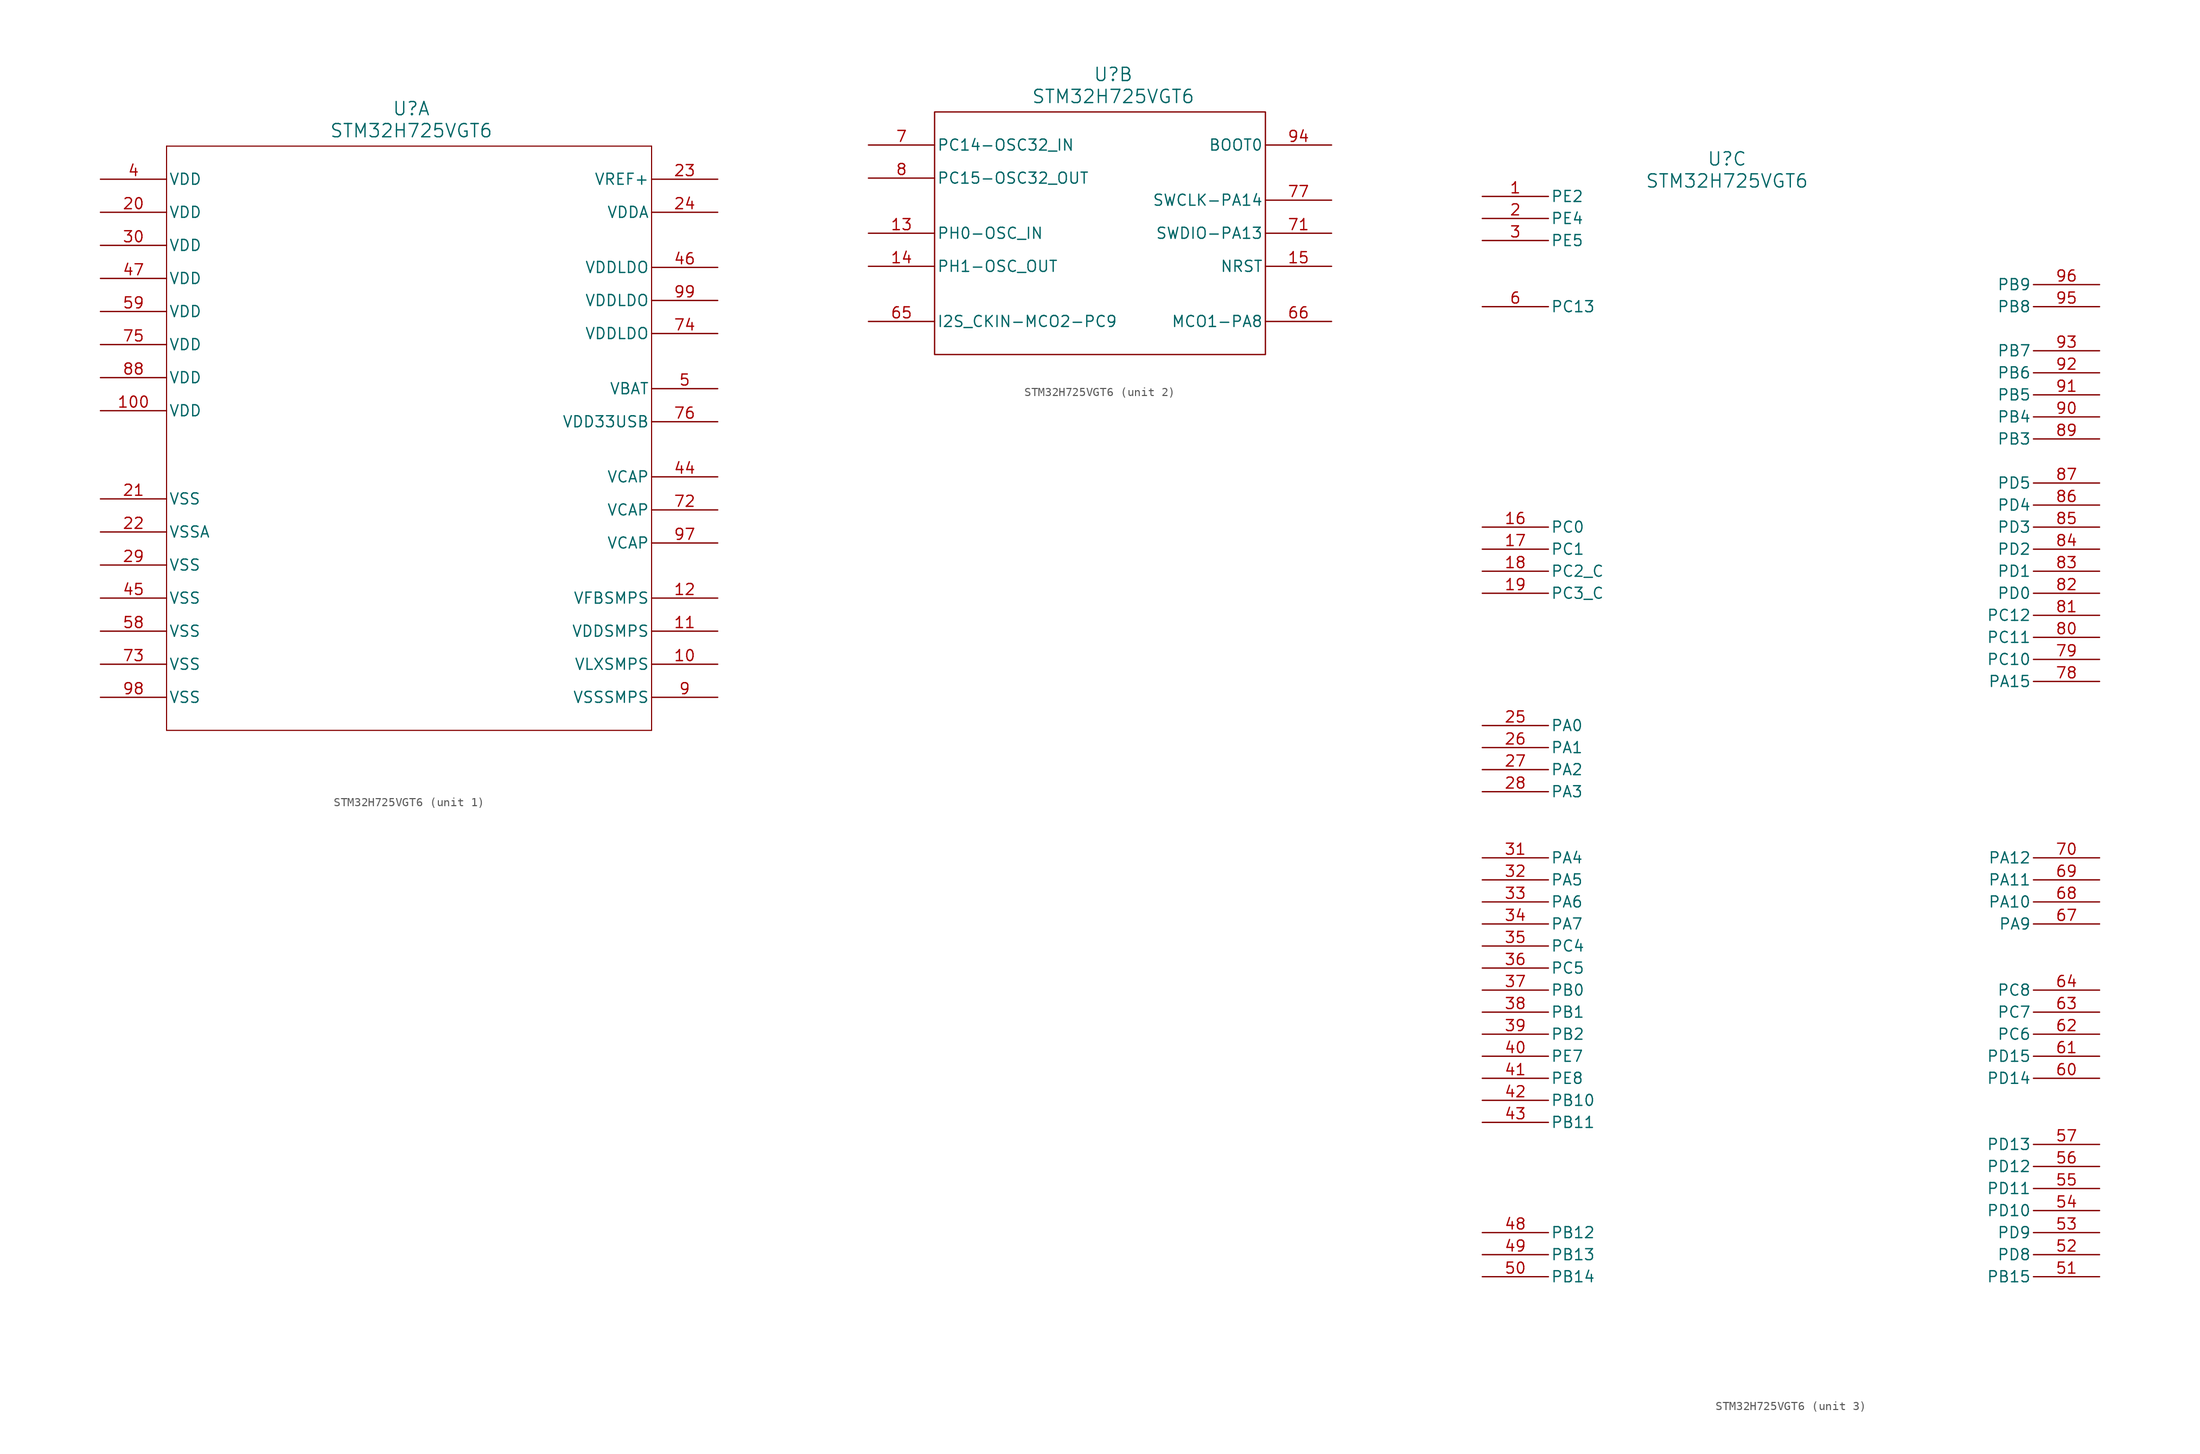
<source format=kicad_sym>
(kicad_symbol_lib
  (version 20241209)
  (generator "kicad_symbol_editor")
  (generator_version "9.0")
  (symbol "STM32H725VGT6"
    (pin_names
      (offset 0.254))
    (property "Reference" "U"
      (at 28.194 4.318 0)
      (effects (font (size 1.524 1.524))))
    (property "Value" "STM32H725VGT6"
      (at 28.194 1.778 0)
      (effects (font (size 1.524 1.524))))
    (property "ki_locked" ""
      (at 0 0 0)
      (effects (font (size 1.27 1.27))))
    (symbol "STM32H725VGT6_1_1"
      (polyline (pts (xy 0 0) (xy 0 -67.31)) (stroke (width 0.127) (type solid)) (fill (type none)))
      (polyline (pts (xy 0 -67.31) (xy 55.88 -67.31)) (stroke (width 0.127) (type solid)) (fill (type none)))
      (polyline (pts (xy 55.88 0) (xy 0 0)) (stroke (width 0.127) (type solid)) (fill (type none)))
      (polyline (pts (xy 55.88 -67.31) (xy 55.88 0)) (stroke (width 0.127) (type solid)) (fill (type none)))
      (pin power_in line (at -7.62 -3.81 0) (length 7.62) (name "VDD" (effects (font (size 1.27 1.27)))) (number "4" (effects (font (size 1.27 1.27)))))
      (pin power_in line (at -7.62 -7.62 0) (length 7.62) (name "VDD" (effects (font (size 1.27 1.27)))) (number "20" (effects (font (size 1.27 1.27)))))
      (pin power_in line (at -7.62 -11.43 0) (length 7.62) (name "VDD" (effects (font (size 1.27 1.27)))) (number "30" (effects (font (size 1.27 1.27)))))
      (pin power_in line (at -7.62 -15.24 0) (length 7.62) (name "VDD" (effects (font (size 1.27 1.27)))) (number "47" (effects (font (size 1.27 1.27)))))
      (pin power_in line (at -7.62 -19.05 0) (length 7.62) (name "VDD" (effects (font (size 1.27 1.27)))) (number "59" (effects (font (size 1.27 1.27)))))
      (pin power_in line (at -7.62 -22.86 0) (length 7.62) (name "VDD" (effects (font (size 1.27 1.27)))) (number "75" (effects (font (size 1.27 1.27)))))
      (pin power_in line (at -7.62 -26.67 0) (length 7.62) (name "VDD" (effects (font (size 1.27 1.27)))) (number "88" (effects (font (size 1.27 1.27)))))
      (pin power_in line (at -7.62 -30.48 0) (length 7.62) (name "VDD" (effects (font (size 1.27 1.27)))) (number "100" (effects (font (size 1.27 1.27)))))
      (pin power_out line (at -7.62 -40.64 0) (length 7.62) (name "VSS" (effects (font (size 1.27 1.27)))) (number "21" (effects (font (size 1.27 1.27)))))
      (pin power_out line (at -7.62 -44.45 0) (length 7.62) (name "VSSA" (effects (font (size 1.27 1.27)))) (number "22" (effects (font (size 1.27 1.27)))))
      (pin power_out line (at -7.62 -48.26 0) (length 7.62) (name "VSS" (effects (font (size 1.27 1.27)))) (number "29" (effects (font (size 1.27 1.27)))))
      (pin power_out line (at -7.62 -52.07 0) (length 7.62) (name "VSS" (effects (font (size 1.27 1.27)))) (number "45" (effects (font (size 1.27 1.27)))))
      (pin power_out line (at -7.62 -55.88 0) (length 7.62) (name "VSS" (effects (font (size 1.27 1.27)))) (number "58" (effects (font (size 1.27 1.27)))))
      (pin power_out line (at -7.62 -59.69 0) (length 7.62) (name "VSS" (effects (font (size 1.27 1.27)))) (number "73" (effects (font (size 1.27 1.27)))))
      (pin power_out line (at -7.62 -63.5 0) (length 7.62) (name "VSS" (effects (font (size 1.27 1.27)))) (number "98" (effects (font (size 1.27 1.27)))))
      (pin power_in line (at 63.5 -3.81 180) (length 7.62) (name "VREF+" (effects (font (size 1.27 1.27)))) (number "23" (effects (font (size 1.27 1.27)))))
      (pin power_in line (at 63.5 -7.62 180) (length 7.62) (name "VDDA" (effects (font (size 1.27 1.27)))) (number "24" (effects (font (size 1.27 1.27)))))
      (pin power_in line (at 63.5 -13.97 180) (length 7.62) (name "VDDLDO" (effects (font (size 1.27 1.27)))) (number "46" (effects (font (size 1.27 1.27)))))
      (pin power_in line (at 63.5 -17.78 180) (length 7.62) (name "VDDLDO" (effects (font (size 1.27 1.27)))) (number "99" (effects (font (size 1.27 1.27)))))
      (pin power_in line (at 63.5 -21.59 180) (length 7.62) (name "VDDLDO" (effects (font (size 1.27 1.27)))) (number "74" (effects (font (size 1.27 1.27)))))
      (pin power_in line (at 63.5 -27.94 180) (length 7.62) (name "VBAT" (effects (font (size 1.27 1.27)))) (number "5" (effects (font (size 1.27 1.27)))))
      (pin power_in line (at 63.5 -31.75 180) (length 7.62) (name "VDD33USB" (effects (font (size 1.27 1.27)))) (number "76" (effects (font (size 1.27 1.27)))))
      (pin power_in line (at 63.5 -38.1 180) (length 7.62) (name "VCAP" (effects (font (size 1.27 1.27)))) (number "44" (effects (font (size 1.27 1.27)))))
      (pin power_in line (at 63.5 -41.91 180) (length 7.62) (name "VCAP" (effects (font (size 1.27 1.27)))) (number "72" (effects (font (size 1.27 1.27)))))
      (pin power_in line (at 63.5 -45.72 180) (length 7.62) (name "VCAP" (effects (font (size 1.27 1.27)))) (number "97" (effects (font (size 1.27 1.27)))))
      (pin power_in line (at 63.5 -52.07 180) (length 7.62) (name "VFBSMPS" (effects (font (size 1.27 1.27)))) (number "12" (effects (font (size 1.27 1.27)))))
      (pin power_in line (at 63.5 -55.88 180) (length 7.62) (name "VDDSMPS" (effects (font (size 1.27 1.27)))) (number "11" (effects (font (size 1.27 1.27)))))
      (pin power_in line (at 63.5 -59.69 180) (length 7.62) (name "VLXSMPS" (effects (font (size 1.27 1.27)))) (number "10" (effects (font (size 1.27 1.27)))))
      (pin power_out line (at 63.5 -63.5 180) (length 7.62) (name "VSSSMPS" (effects (font (size 1.27 1.27)))) (number "9" (effects (font (size 1.27 1.27))))))
    (symbol "STM32H725VGT6_2_1"
      (rectangle (start 7.62 0) (end 45.72 -27.94) (stroke (width 0) (type default)) (fill (type none)))
      (pin bidirectional line (at 0 -3.81 0) (length 7.62) (name "PC14-OSC32_IN" (effects (font (size 1.27 1.27)))) (number "7" (effects (font (size 1.27 1.27)))))
      (pin bidirectional line (at 0 -7.62 0) (length 7.62) (name "PC15-OSC32_OUT" (effects (font (size 1.27 1.27)))) (number "8" (effects (font (size 1.27 1.27)))))
      (pin bidirectional line (at 0 -13.97 0) (length 7.62) (name "PH0-OSC_IN" (effects (font (size 1.27 1.27)))) (number "13" (effects (font (size 1.27 1.27)))))
      (pin bidirectional line (at 0 -17.78 0) (length 7.62) (name "PH1-OSC_OUT" (effects (font (size 1.27 1.27)))) (number "14" (effects (font (size 1.27 1.27)))))
      (pin bidirectional line (at 0 -24.13 0) (length 7.62) (name "I2S_CKIN-MCO2-PC9" (effects (font (size 1.27 1.27)))) (number "65" (effects (font (size 1.27 1.27)))))
      (pin input line (at 53.34 -3.81 180) (length 7.62) (name "BOOT0" (effects (font (size 1.27 1.27)))) (number "94" (effects (font (size 1.27 1.27)))))
      (pin output line (at 53.34 -10.16 180) (length 7.62) (name "SWCLK-PA14" (effects (font (size 1.27 1.27)))) (number "77" (effects (font (size 1.27 1.27)))))
      (pin bidirectional line (at 53.34 -13.97 180) (length 7.62) (name "SWDIO-PA13" (effects (font (size 1.27 1.27)))) (number "71" (effects (font (size 1.27 1.27)))))
      (pin bidirectional line (at 53.34 -17.78 180) (length 7.62) (name "NRST" (effects (font (size 1.27 1.27)))) (number "15" (effects (font (size 1.27 1.27)))))
      (pin bidirectional line (at 53.34 -24.13 180) (length 7.62) (name "MCO1-PA8" (effects (font (size 1.27 1.27)))) (number "66" (effects (font (size 1.27 1.27))))))
    (symbol "STM32H725VGT6_3_1"
      (pin bidirectional line (at 0 0 0) (length 7.62) (name "PE2" (effects (font (size 1.27 1.27)))) (number "1" (effects (font (size 1.27 1.27)))))
      (pin bidirectional line (at 0 -2.54 0) (length 7.62) (name "PE4" (effects (font (size 1.27 1.27)))) (number "2" (effects (font (size 1.27 1.27)))))
      (pin bidirectional line (at 0 -5.08 0) (length 7.62) (name "PE5" (effects (font (size 1.27 1.27)))) (number "3" (effects (font (size 1.27 1.27)))))
      (pin bidirectional line (at 0 -12.7 0) (length 7.62) (name "PC13" (effects (font (size 1.27 1.27)))) (number "6" (effects (font (size 1.27 1.27)))))
      (pin bidirectional line (at 0 -38.1 0) (length 7.62) (name "PC0" (effects (font (size 1.27 1.27)))) (number "16" (effects (font (size 1.27 1.27)))))
      (pin bidirectional line (at 0 -40.64 0) (length 7.62) (name "PC1" (effects (font (size 1.27 1.27)))) (number "17" (effects (font (size 1.27 1.27)))))
      (pin bidirectional line (at 0 -43.18 0) (length 7.62) (name "PC2_C" (effects (font (size 1.27 1.27)))) (number "18" (effects (font (size 1.27 1.27)))))
      (pin bidirectional line (at 0 -45.72 0) (length 7.62) (name "PC3_C" (effects (font (size 1.27 1.27)))) (number "19" (effects (font (size 1.27 1.27)))))
      (pin bidirectional line (at 0 -60.96 0) (length 7.62) (name "PA0" (effects (font (size 1.27 1.27)))) (number "25" (effects (font (size 1.27 1.27)))))
      (pin bidirectional line (at 0 -63.5 0) (length 7.62) (name "PA1" (effects (font (size 1.27 1.27)))) (number "26" (effects (font (size 1.27 1.27)))))
      (pin bidirectional line (at 0 -66.04 0) (length 7.62) (name "PA2" (effects (font (size 1.27 1.27)))) (number "27" (effects (font (size 1.27 1.27)))))
      (pin bidirectional line (at 0 -68.58 0) (length 7.62) (name "PA3" (effects (font (size 1.27 1.27)))) (number "28" (effects (font (size 1.27 1.27)))))
      (pin bidirectional line (at 0 -76.2 0) (length 7.62) (name "PA4" (effects (font (size 1.27 1.27)))) (number "31" (effects (font (size 1.27 1.27)))))
      (pin bidirectional line (at 0 -78.74 0) (length 7.62) (name "PA5" (effects (font (size 1.27 1.27)))) (number "32" (effects (font (size 1.27 1.27)))))
      (pin bidirectional line (at 0 -81.28 0) (length 7.62) (name "PA6" (effects (font (size 1.27 1.27)))) (number "33" (effects (font (size 1.27 1.27)))))
      (pin bidirectional line (at 0 -83.82 0) (length 7.62) (name "PA7" (effects (font (size 1.27 1.27)))) (number "34" (effects (font (size 1.27 1.27)))))
      (pin bidirectional line (at 0 -86.36 0) (length 7.62) (name "PC4" (effects (font (size 1.27 1.27)))) (number "35" (effects (font (size 1.27 1.27)))))
      (pin bidirectional line (at 0 -88.9 0) (length 7.62) (name "PC5" (effects (font (size 1.27 1.27)))) (number "36" (effects (font (size 1.27 1.27)))))
      (pin bidirectional line (at 0 -91.44 0) (length 7.62) (name "PB0" (effects (font (size 1.27 1.27)))) (number "37" (effects (font (size 1.27 1.27)))))
      (pin bidirectional line (at 0 -93.98 0) (length 7.62) (name "PB1" (effects (font (size 1.27 1.27)))) (number "38" (effects (font (size 1.27 1.27)))))
      (pin bidirectional line (at 0 -96.52 0) (length 7.62) (name "PB2" (effects (font (size 1.27 1.27)))) (number "39" (effects (font (size 1.27 1.27)))))
      (pin bidirectional line (at 0 -99.06 0) (length 7.62) (name "PE7" (effects (font (size 1.27 1.27)))) (number "40" (effects (font (size 1.27 1.27)))))
      (pin bidirectional line (at 0 -101.6 0) (length 7.62) (name "PE8" (effects (font (size 1.27 1.27)))) (number "41" (effects (font (size 1.27 1.27)))))
      (pin bidirectional line (at 0 -104.14 0) (length 7.62) (name "PB10" (effects (font (size 1.27 1.27)))) (number "42" (effects (font (size 1.27 1.27)))))
      (pin bidirectional line (at 0 -106.68 0) (length 7.62) (name "PB11" (effects (font (size 1.27 1.27)))) (number "43" (effects (font (size 1.27 1.27)))))
      (pin bidirectional line (at 0 -119.38 0) (length 7.62) (name "PB12" (effects (font (size 1.27 1.27)))) (number "48" (effects (font (size 1.27 1.27)))))
      (pin bidirectional line (at 0 -121.92 0) (length 7.62) (name "PB13" (effects (font (size 1.27 1.27)))) (number "49" (effects (font (size 1.27 1.27)))))
      (pin bidirectional line (at 0 -124.46 0) (length 7.62) (name "PB14" (effects (font (size 1.27 1.27)))) (number "50" (effects (font (size 1.27 1.27)))))
      (pin bidirectional line (at 71.12 -10.16 180) (length 7.62) (name "PB9" (effects (font (size 1.27 1.27)))) (number "96" (effects (font (size 1.27 1.27)))))
      (pin bidirectional line (at 71.12 -12.7 180) (length 7.62) (name "PB8" (effects (font (size 1.27 1.27)))) (number "95" (effects (font (size 1.27 1.27)))))
      (pin bidirectional line (at 71.12 -17.78 180) (length 7.62) (name "PB7" (effects (font (size 1.27 1.27)))) (number "93" (effects (font (size 1.27 1.27)))))
      (pin bidirectional line (at 71.12 -20.32 180) (length 7.62) (name "PB6" (effects (font (size 1.27 1.27)))) (number "92" (effects (font (size 1.27 1.27)))))
      (pin bidirectional line (at 71.12 -22.86 180) (length 7.62) (name "PB5" (effects (font (size 1.27 1.27)))) (number "91" (effects (font (size 1.27 1.27)))))
      (pin bidirectional line (at 71.12 -25.4 180) (length 7.62) (name "PB4" (effects (font (size 1.27 1.27)))) (number "90" (effects (font (size 1.27 1.27)))))
      (pin bidirectional line (at 71.12 -27.94 180) (length 7.62) (name "PB3" (effects (font (size 1.27 1.27)))) (number "89" (effects (font (size 1.27 1.27)))))
      (pin bidirectional line (at 71.12 -33.02 180) (length 7.62) (name "PD5" (effects (font (size 1.27 1.27)))) (number "87" (effects (font (size 1.27 1.27)))))
      (pin bidirectional line (at 71.12 -35.56 180) (length 7.62) (name "PD4" (effects (font (size 1.27 1.27)))) (number "86" (effects (font (size 1.27 1.27)))))
      (pin bidirectional line (at 71.12 -38.1 180) (length 7.62) (name "PD3" (effects (font (size 1.27 1.27)))) (number "85" (effects (font (size 1.27 1.27)))))
      (pin bidirectional line (at 71.12 -40.64 180) (length 7.62) (name "PD2" (effects (font (size 1.27 1.27)))) (number "84" (effects (font (size 1.27 1.27)))))
      (pin bidirectional line (at 71.12 -43.18 180) (length 7.62) (name "PD1" (effects (font (size 1.27 1.27)))) (number "83" (effects (font (size 1.27 1.27)))))
      (pin bidirectional line (at 71.12 -45.72 180) (length 7.62) (name "PD0" (effects (font (size 1.27 1.27)))) (number "82" (effects (font (size 1.27 1.27)))))
      (pin bidirectional line (at 71.12 -48.26 180) (length 7.62) (name "PC12" (effects (font (size 1.27 1.27)))) (number "81" (effects (font (size 1.27 1.27)))))
      (pin bidirectional line (at 71.12 -50.8 180) (length 7.62) (name "PC11" (effects (font (size 1.27 1.27)))) (number "80" (effects (font (size 1.27 1.27)))))
      (pin bidirectional line (at 71.12 -53.34 180) (length 7.62) (name "PC10" (effects (font (size 1.27 1.27)))) (number "79" (effects (font (size 1.27 1.27)))))
      (pin bidirectional line (at 71.12 -55.88 180) (length 7.62) (name "PA15" (effects (font (size 1.27 1.27)))) (number "78" (effects (font (size 1.27 1.27)))))
      (pin bidirectional line (at 71.12 -76.2 180) (length 7.62) (name "PA12" (effects (font (size 1.27 1.27)))) (number "70" (effects (font (size 1.27 1.27)))))
      (pin bidirectional line (at 71.12 -78.74 180) (length 7.62) (name "PA11" (effects (font (size 1.27 1.27)))) (number "69" (effects (font (size 1.27 1.27)))))
      (pin bidirectional line (at 71.12 -81.28 180) (length 7.62) (name "PA10" (effects (font (size 1.27 1.27)))) (number "68" (effects (font (size 1.27 1.27)))))
      (pin bidirectional line (at 71.12 -83.82 180) (length 7.62) (name "PA9" (effects (font (size 1.27 1.27)))) (number "67" (effects (font (size 1.27 1.27)))))
      (pin bidirectional line (at 71.12 -91.44 180) (length 7.62) (name "PC8" (effects (font (size 1.27 1.27)))) (number "64" (effects (font (size 1.27 1.27)))))
      (pin bidirectional line (at 71.12 -93.98 180) (length 7.62) (name "PC7" (effects (font (size 1.27 1.27)))) (number "63" (effects (font (size 1.27 1.27)))))
      (pin bidirectional line (at 71.12 -96.52 180) (length 7.62) (name "PC6" (effects (font (size 1.27 1.27)))) (number "62" (effects (font (size 1.27 1.27)))))
      (pin bidirectional line (at 71.12 -99.06 180) (length 7.62) (name "PD15" (effects (font (size 1.27 1.27)))) (number "61" (effects (font (size 1.27 1.27)))))
      (pin bidirectional line (at 71.12 -101.6 180) (length 7.62) (name "PD14" (effects (font (size 1.27 1.27)))) (number "60" (effects (font (size 1.27 1.27)))))
      (pin bidirectional line (at 71.12 -109.22 180) (length 7.62) (name "PD13" (effects (font (size 1.27 1.27)))) (number "57" (effects (font (size 1.27 1.27)))))
      (pin bidirectional line (at 71.12 -111.76 180) (length 7.62) (name "PD12" (effects (font (size 1.27 1.27)))) (number "56" (effects (font (size 1.27 1.27)))))
      (pin bidirectional line (at 71.12 -114.3 180) (length 7.62) (name "PD11" (effects (font (size 1.27 1.27)))) (number "55" (effects (font (size 1.27 1.27)))))
      (pin bidirectional line (at 71.12 -116.84 180) (length 7.62) (name "PD10" (effects (font (size 1.27 1.27)))) (number "54" (effects (font (size 1.27 1.27)))))
      (pin bidirectional line (at 71.12 -119.38 180) (length 7.62) (name "PD9" (effects (font (size 1.27 1.27)))) (number "53" (effects (font (size 1.27 1.27)))))
      (pin bidirectional line (at 71.12 -121.92 180) (length 7.62) (name "PD8" (effects (font (size 1.27 1.27)))) (number "52" (effects (font (size 1.27 1.27)))))
      (pin bidirectional line (at 71.12 -124.46 180) (length 7.62) (name "PB15" (effects (font (size 1.27 1.27)))) (number "51" (effects (font (size 1.27 1.27))))))))
</source>
